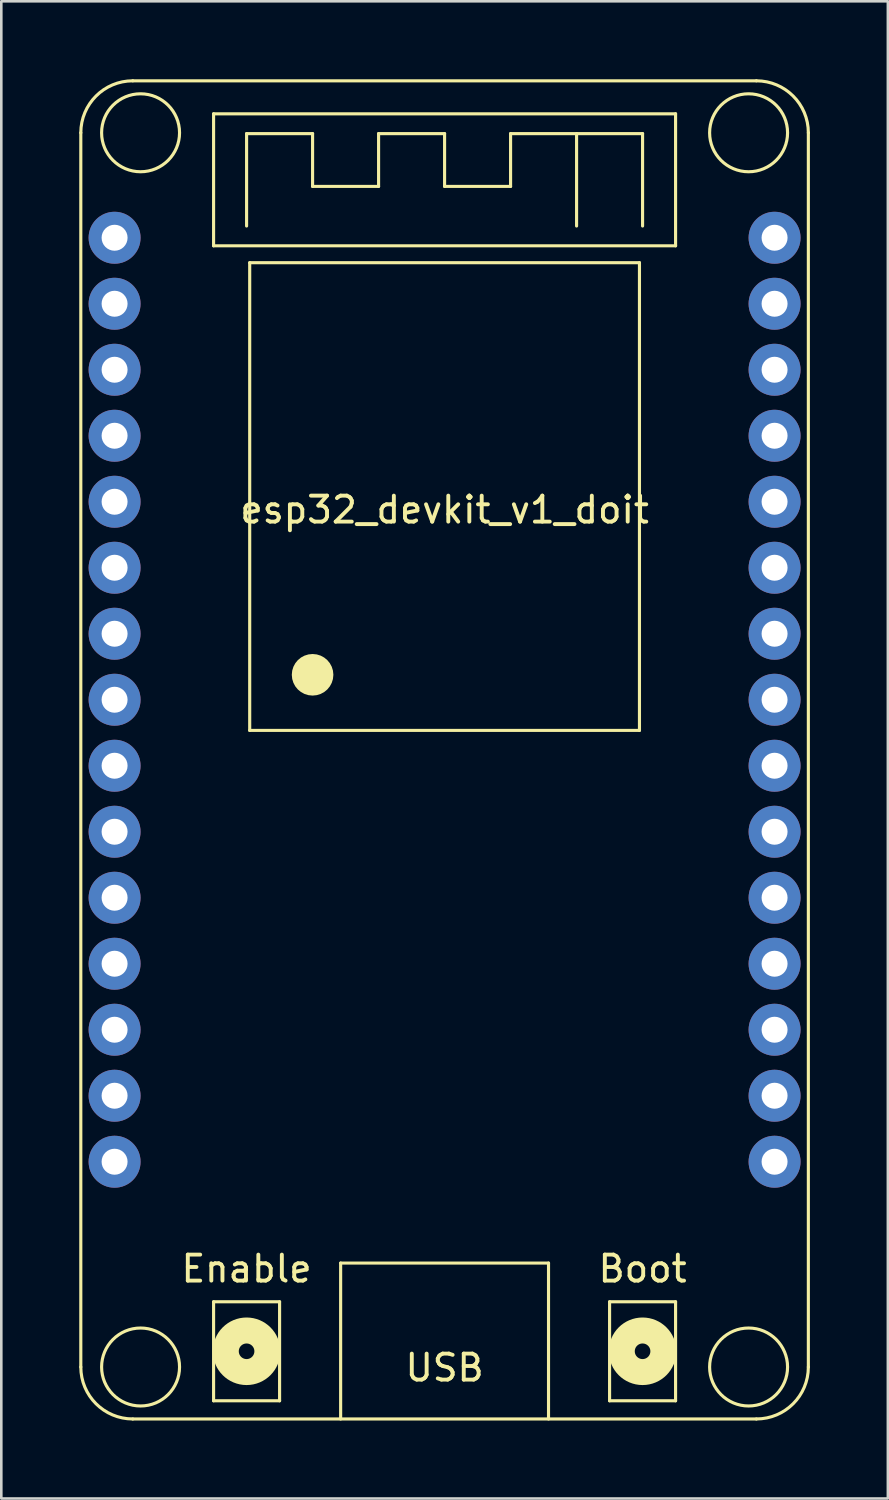
<source format=kicad_pcb>
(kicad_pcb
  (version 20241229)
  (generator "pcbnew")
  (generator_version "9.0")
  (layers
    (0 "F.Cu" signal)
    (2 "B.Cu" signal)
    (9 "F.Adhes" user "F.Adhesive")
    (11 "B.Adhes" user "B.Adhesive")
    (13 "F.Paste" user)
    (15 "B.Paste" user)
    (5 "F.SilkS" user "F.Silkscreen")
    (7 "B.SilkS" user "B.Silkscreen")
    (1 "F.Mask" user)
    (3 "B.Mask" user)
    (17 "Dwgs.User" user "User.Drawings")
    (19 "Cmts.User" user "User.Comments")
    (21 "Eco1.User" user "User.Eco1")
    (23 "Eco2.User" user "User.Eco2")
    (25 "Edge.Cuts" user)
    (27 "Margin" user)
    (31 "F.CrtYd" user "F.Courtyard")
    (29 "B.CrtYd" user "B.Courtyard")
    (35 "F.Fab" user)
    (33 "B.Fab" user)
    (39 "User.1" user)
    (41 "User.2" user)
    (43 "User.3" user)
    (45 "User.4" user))
  (footprint "esp32_devkit_v1_doit"
    (layer "F.Cu")
    (at 14.06 6.1)
    (property "Reference" "esp32_devkit_v1_doit" (at 0 10.47 0) (layer "F.SilkS") (effects (font (size 1 1) (thickness 0.15))))
    (attr smd)
    (fp_line (start -14 -4.04) (end -14 43.46) (stroke (width 0.12) (type solid)) (layer "F.SilkS"))
    (fp_line (start -12 -6.04) (end 12 -6.04) (stroke (width 0.12) (type solid)) (layer "F.SilkS"))
    (fp_line (start -12 45.46) (end 12 45.46) (stroke (width 0.12) (type solid)) (layer "F.SilkS"))
    (fp_line (start -8.89 -4.77) (end 8.89 -4.77) (stroke (width 0.12) (type solid)) (layer "F.SilkS"))
    (fp_line (start -8.89 0.31) (end -8.89 -4.77) (stroke (width 0.12) (type solid)) (layer "F.SilkS"))
    (fp_line (start -8.89 40.95) (end -6.35 40.95) (stroke (width 0.12) (type solid)) (layer "F.SilkS"))
    (fp_line (start -8.89 44.76) (end -8.89 40.95) (stroke (width 0.12) (type solid)) (layer "F.SilkS"))
    (fp_line (start -7.62 -4.008) (end -5.08 -4.008) (stroke (width 0.12) (type solid)) (layer "F.SilkS"))
    (fp_line (start -7.62 -0.452) (end -7.62 -4.008) (stroke (width 0.12) (type solid)) (layer "F.SilkS"))
    (fp_line (start -7.5 0.96) (end 7.5 0.96) (stroke (width 0.12) (type solid)) (layer "F.SilkS"))
    (fp_line (start -7.5 18.96) (end -7.5 0.96) (stroke (width 0.12) (type solid)) (layer "F.SilkS"))
    (fp_line (start -6.35 40.95) (end -6.35 44.76) (stroke (width 0.12) (type solid)) (layer "F.SilkS"))
    (fp_line (start -6.35 44.76) (end -8.89 44.76) (stroke (width 0.12) (type solid)) (layer "F.SilkS"))
    (fp_line (start -5.08 -4.008) (end -5.08 -1.976) (stroke (width 0.12) (type solid)) (layer "F.SilkS"))
    (fp_line (start -5.08 -1.976) (end -2.54 -1.976) (stroke (width 0.12) (type solid)) (layer "F.SilkS"))
    (fp_line (start -4 39.46) (end -4 45.46) (stroke (width 0.12) (type solid)) (layer "F.SilkS"))
    (fp_line (start -4 39.46) (end 4 39.46) (stroke (width 0.12) (type solid)) (layer "F.SilkS"))
    (fp_line (start -2.54 -4.008) (end 0 -4.008) (stroke (width 0.12) (type solid)) (layer "F.SilkS"))
    (fp_line (start -2.54 -1.976) (end -2.54 -4.008) (stroke (width 0.12) (type solid)) (layer "F.SilkS"))
    (fp_line (start 0 -4.008) (end 0 -1.976) (stroke (width 0.12) (type solid)) (layer "F.SilkS"))
    (fp_line (start 0 -1.976) (end 2.54 -1.976) (stroke (width 0.12) (type solid)) (layer "F.SilkS"))
    (fp_line (start 2.54 -4.008) (end 7.62 -4.008) (stroke (width 0.12) (type solid)) (layer "F.SilkS"))
    (fp_line (start 2.54 -1.976) (end 2.54 -4.008) (stroke (width 0.12) (type solid)) (layer "F.SilkS"))
    (fp_line (start 4 39.46) (end 4 45.46) (stroke (width 0.12) (type solid)) (layer "F.SilkS"))
    (fp_line (start 5.08 -4.008) (end 5.08 -0.452) (stroke (width 0.12) (type solid)) (layer "F.SilkS"))
    (fp_line (start 6.35 40.95) (end 8.89 40.95) (stroke (width 0.12) (type solid)) (layer "F.SilkS"))
    (fp_line (start 6.35 44.76) (end 6.35 40.95) (stroke (width 0.12) (type solid)) (layer "F.SilkS"))
    (fp_line (start 7.5 0.96) (end 7.5 18.96) (stroke (width 0.12) (type solid)) (layer "F.SilkS"))
    (fp_line (start 7.5 18.96) (end -7.5 18.96) (stroke (width 0.12) (type solid)) (layer "F.SilkS"))
    (fp_line (start 7.62 -4.008) (end 7.62 -0.452) (stroke (width 0.12) (type solid)) (layer "F.SilkS"))
    (fp_line (start 8.89 -4.77) (end 8.89 0.31) (stroke (width 0.12) (type solid)) (layer "F.SilkS"))
    (fp_line (start 8.89 0.31) (end -8.89 0.31) (stroke (width 0.12) (type solid)) (layer "F.SilkS"))
    (fp_line (start 8.89 40.95) (end 8.89 44.76) (stroke (width 0.12) (type solid)) (layer "F.SilkS"))
    (fp_line (start 8.89 44.76) (end 6.35 44.76) (stroke (width 0.12) (type solid)) (layer "F.SilkS"))
    (fp_line (start 14 43.46) (end 14 -4.04) (stroke (width 0.12) (type solid)) (layer "F.SilkS"))
    (fp_arc (start -14 -4.04) (mid -13.414214 -5.454214) (end -12 -6.04) (stroke (width 0.12) (type solid)) (layer "F.SilkS"))
    (fp_arc (start -12 45.46) (mid -13.414214 44.874214) (end -14 43.46) (stroke (width 0.12) (type solid)) (layer "F.SilkS"))
    (fp_arc (start 12 -6.04) (mid 13.414214 -5.454214) (end 14 -4.04) (stroke (width 0.12) (type solid)) (layer "F.SilkS"))
    (fp_arc (start 14 43.46) (mid 13.414214 44.874214) (end 12 45.46) (stroke (width 0.12) (type solid)) (layer "F.SilkS"))
    (fp_circle (center -11.7 -4.04) (end -10.2 -4.04) (stroke (width 0.12) (type solid)) (fill no) (layer "F.SilkS"))
    (fp_circle (center -11.7 43.46) (end -10.2 43.46) (stroke (width 0.12) (type solid)) (fill no) (layer "F.SilkS"))
    (fp_circle (center -7.62 42.855) (end -7.32 42.855) (stroke (width 1) (type solid)) (fill no) (layer "F.SilkS"))
    (fp_circle (center -5.08 16.82) (end -4.68 16.82) (stroke (width 0.8) (type solid)) (fill no) (layer "F.SilkS"))
    (fp_circle (center 7.62 42.855) (end 7.92 42.855) (stroke (width 1) (type solid)) (fill no) (layer "F.SilkS"))
    (fp_circle (center 11.7 -4.04) (end 13.2 -4.04) (stroke (width 0.12) (type solid)) (fill no) (layer "F.SilkS"))
    (fp_circle (center 11.7 43.46) (end 13.2 43.46) (stroke (width 0.12) (type solid)) (fill no) (layer "F.SilkS"))
    (fp_text user "Enable" (at -7.62 39.68 0) (layer "F.SilkS") (effects (font (size 1 1) (thickness 0.15))))
    (fp_text user "USB" (at 0 43.49 0) (layer "F.SilkS") (effects (font (size 1 1) (thickness 0.15))))
    (fp_text user "Boot" (at 7.62 39.68 0) (layer "F.SilkS") (effects (font (size 1 1) (thickness 0.15))))
    (pad "1" thru_hole circle (at -12.7 0) (size 2 2) (drill 1) (layers "*.Cu" "*.Mask"))
    (pad "2" thru_hole circle (at -12.7 2.54) (size 2 2) (drill 1) (layers "*.Cu" "*.Mask"))
    (pad "3" thru_hole circle (at -12.7 5.08) (size 2 2) (drill 1) (layers "*.Cu" "*.Mask"))
    (pad "4" thru_hole circle (at -12.7 7.62) (size 2 2) (drill 1) (layers "*.Cu" "*.Mask"))
    (pad "5" thru_hole circle (at -12.7 10.16) (size 2 2) (drill 1) (layers "*.Cu" "*.Mask"))
    (pad "6" thru_hole circle (at -12.7 12.7) (size 2 2) (drill 1) (layers "*.Cu" "*.Mask"))
    (pad "7" thru_hole circle (at -12.7 15.24) (size 2 2) (drill 1) (layers "*.Cu" "*.Mask"))
    (pad "8" thru_hole circle (at -12.7 17.78) (size 2 2) (drill 1) (layers "*.Cu" "*.Mask"))
    (pad "9" thru_hole circle (at -12.7 20.32) (size 2 2) (drill 1) (layers "*.Cu" "*.Mask"))
    (pad "10" thru_hole circle (at -12.7 22.86) (size 2 2) (drill 1) (layers "*.Cu" "*.Mask"))
    (pad "11" thru_hole circle (at -12.7 25.4) (size 2 2) (drill 1) (layers "*.Cu" "*.Mask"))
    (pad "12" thru_hole circle (at -12.7 27.94) (size 2 2) (drill 1) (layers "*.Cu" "*.Mask"))
    (pad "13" thru_hole circle (at -12.7 30.48) (size 2 2) (drill 1) (layers "*.Cu" "*.Mask"))
    (pad "14" thru_hole circle (at -12.7 33.02) (size 2 2) (drill 1) (layers "*.Cu" "*.Mask"))
    (pad "15" thru_hole circle (at -12.7 35.56) (size 2 2) (drill 1) (layers "*.Cu" "*.Mask"))
    (pad "16" thru_hole circle (at 12.7 35.56) (size 2 2) (drill 1) (layers "*.Cu" "*.Mask"))
    (pad "17" thru_hole circle (at 12.7 33.02) (size 2 2) (drill 1) (layers "*.Cu" "*.Mask"))
    (pad "18" thru_hole circle (at 12.7 30.48) (size 2 2) (drill 1) (layers "*.Cu" "*.Mask"))
    (pad "19" thru_hole circle (at 12.7 27.94) (size 2 2) (drill 1) (layers "*.Cu" "*.Mask"))
    (pad "20" thru_hole circle (at 12.7 25.4) (size 2 2) (drill 1) (layers "*.Cu" "*.Mask"))
    (pad "21" thru_hole circle (at 12.7 22.86) (size 2 2) (drill 1) (layers "*.Cu" "*.Mask"))
    (pad "22" thru_hole circle (at 12.7 20.32) (size 2 2) (drill 1) (layers "*.Cu" "*.Mask"))
    (pad "23" thru_hole circle (at 12.7 17.78) (size 2 2) (drill 1) (layers "*.Cu" "*.Mask"))
    (pad "24" thru_hole circle (at 12.7 15.24) (size 2 2) (drill 1) (layers "*.Cu" "*.Mask"))
    (pad "25" thru_hole circle (at 12.7 12.7) (size 2 2) (drill 1) (layers "*.Cu" "*.Mask"))
    (pad "26" thru_hole circle (at 12.7 10.16) (size 2 2) (drill 1) (layers "*.Cu" "*.Mask"))
    (pad "27" thru_hole circle (at 12.7 7.62) (size 2 2) (drill 1) (layers "*.Cu" "*.Mask"))
    (pad "28" thru_hole circle (at 12.7 5.08) (size 2 2) (drill 1) (layers "*.Cu" "*.Mask"))
    (pad "29" thru_hole circle (at 12.7 2.54) (size 2 2) (drill 1) (layers "*.Cu" "*.Mask"))
    (pad "30" thru_hole circle (at 12.7 0) (size 2 2) (drill 1) (layers "*.Cu" "*.Mask")))
  (gr_rect
    (start -3 -3)
    (end 31.12 54.62)
    (stroke (width 0.1) (type default))
    (fill no)
    (layer "Edge.Cuts")))
</source>
